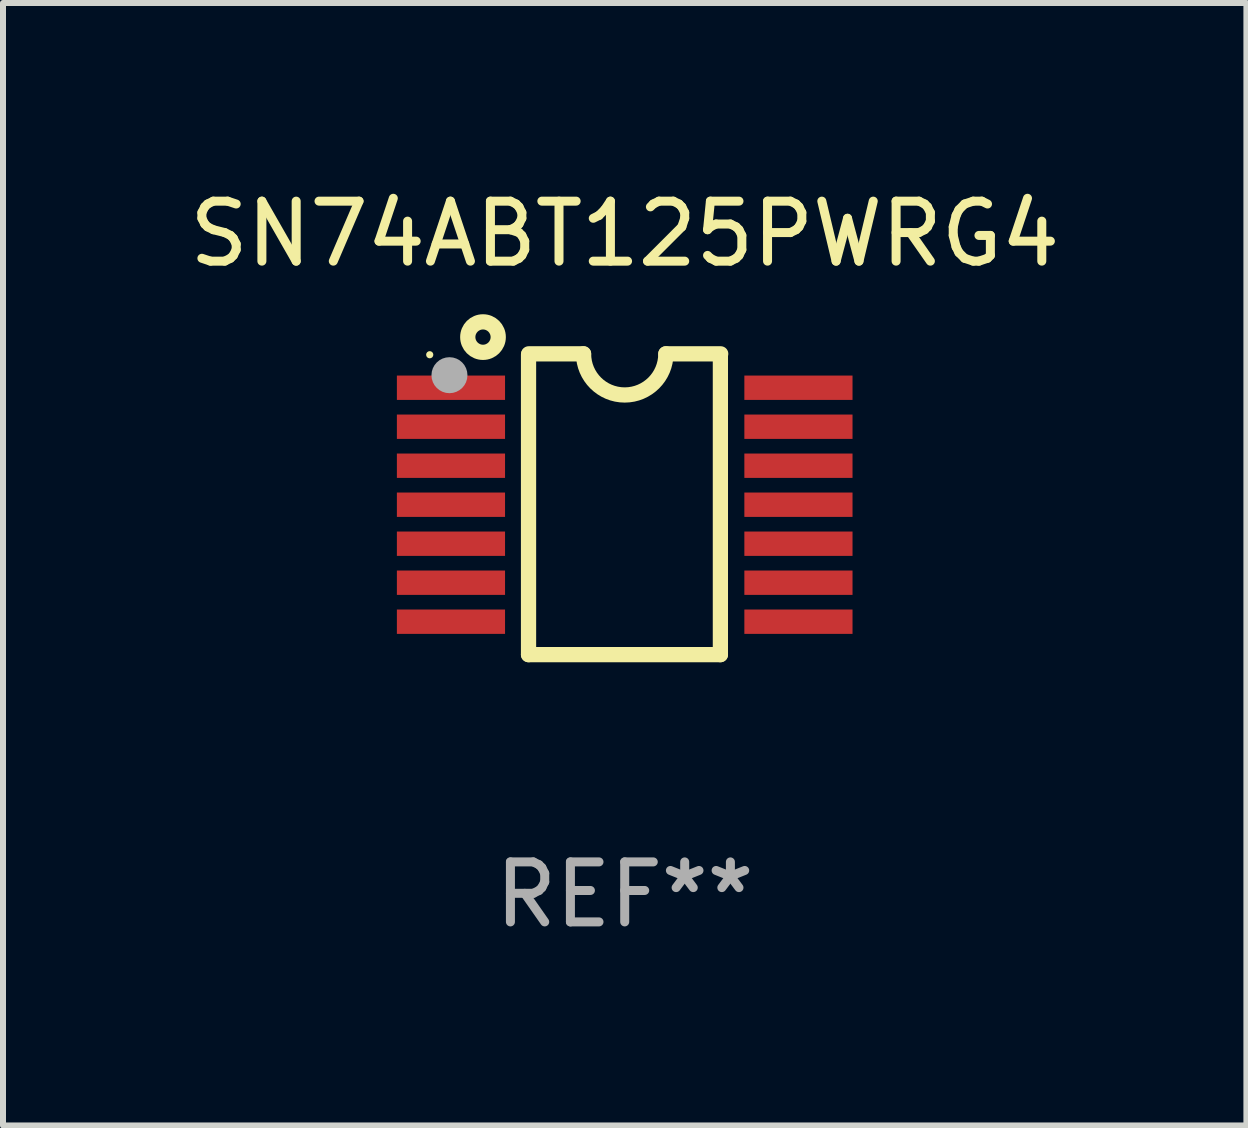
<source format=kicad_pcb>
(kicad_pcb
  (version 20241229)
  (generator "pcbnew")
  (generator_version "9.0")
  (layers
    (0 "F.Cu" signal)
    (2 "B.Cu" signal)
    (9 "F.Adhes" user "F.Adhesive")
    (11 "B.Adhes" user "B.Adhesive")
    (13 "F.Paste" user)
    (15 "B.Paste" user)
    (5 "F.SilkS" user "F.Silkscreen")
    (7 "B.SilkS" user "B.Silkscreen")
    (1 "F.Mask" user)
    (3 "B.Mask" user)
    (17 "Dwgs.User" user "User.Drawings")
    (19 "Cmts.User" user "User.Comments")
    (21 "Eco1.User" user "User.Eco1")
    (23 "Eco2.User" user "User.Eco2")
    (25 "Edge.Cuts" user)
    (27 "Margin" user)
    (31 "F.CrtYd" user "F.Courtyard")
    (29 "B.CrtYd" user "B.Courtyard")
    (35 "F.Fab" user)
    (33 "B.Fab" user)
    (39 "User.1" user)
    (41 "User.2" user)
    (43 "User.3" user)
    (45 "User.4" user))
  (footprint "SN74ABT125PWRG4"
    (layer "F.Cu")
    (at 7.363 5.355)
    (property "Reference" "SN74ABT125PWRG4" (at 0 -4.507 0) (layer "F.SilkS") (effects (font (size 1 1) (thickness 0.15))))
    (attr through_hole)
    (fp_line (start -1.603 2.507) (end -1.603 -2.494) (stroke (width 0.254) (type solid)) (layer "F.SilkS"))
    (fp_line (start -1.603 2.507) (end 1.595 2.507) (stroke (width 0.254) (type solid)) (layer "F.SilkS"))
    (fp_line (start -1.6 -2.507) (end -0.686 -2.507) (stroke (width 0.254) (type solid)) (layer "F.SilkS"))
    (fp_line (start 0.686 -2.507) (end 1.6 -2.507) (stroke (width 0.254) (type solid)) (layer "F.SilkS"))
    (fp_line (start 1.595 2.507) (end 1.595 -2.494) (stroke (width 0.254) (type solid)) (layer "F.SilkS"))
    (fp_arc (start 0.685852 -2.506998) (mid 0.000051 -1.821197) (end -0.68575 -2.506998) (stroke (width 0.254001) (type solid)) (layer "F.SilkS"))
    (fp_circle (center -3.25 -2.492) (end -3.22 -2.492) (stroke (width 0.06) (type solid)) (fill no) (layer "F.SilkS"))
    (fp_circle (center -2.362 -2.786) (end -2.108 -2.786) (stroke (width 0.254) (type solid)) (fill no) (layer "F.SilkS"))
    (fp_circle (center -2.921 -2.151) (end -2.771 -2.151) (stroke (width 0.3) (type solid)) (fill no) (layer "F.Fab"))
    (fp_text user "REF**" (at 0 6.507 0) (layer "F.Fab") (effects (font (size 1 1) (thickness 0.15))))
    (pad "1" smd rect (at -2.896 -1.942) (size 1.803 0.406) (layers "F.Cu" "F.Mask" "F.Paste"))
    (pad "2" smd rect (at -2.896 -1.292) (size 1.803 0.406) (layers "F.Cu" "F.Mask" "F.Paste"))
    (pad "3" smd rect (at -2.896 -0.642) (size 1.803 0.406) (layers "F.Cu" "F.Mask" "F.Paste"))
    (pad "4" smd rect (at -2.896 0.008) (size 1.803 0.406) (layers "F.Cu" "F.Mask" "F.Paste"))
    (pad "5" smd rect (at -2.896 0.658) (size 1.803 0.406) (layers "F.Cu" "F.Mask" "F.Paste"))
    (pad "6" smd rect (at -2.896 1.308) (size 1.803 0.406) (layers "F.Cu" "F.Mask" "F.Paste"))
    (pad "7" smd rect (at -2.896 1.958) (size 1.803 0.406) (layers "F.Cu" "F.Mask" "F.Paste"))
    (pad "8" smd rect (at 2.896 1.958) (size 1.803 0.406) (layers "F.Cu" "F.Mask" "F.Paste"))
    (pad "9" smd rect (at 2.896 1.308) (size 1.803 0.406) (layers "F.Cu" "F.Mask" "F.Paste"))
    (pad "10" smd rect (at 2.896 0.658) (size 1.803 0.406) (layers "F.Cu" "F.Mask" "F.Paste"))
    (pad "11" smd rect (at 2.896 0.008) (size 1.803 0.406) (layers "F.Cu" "F.Mask" "F.Paste"))
    (pad "12" smd rect (at 2.896 -0.642) (size 1.803 0.406) (layers "F.Cu" "F.Mask" "F.Paste"))
    (pad "13" smd rect (at 2.896 -1.292) (size 1.803 0.406) (layers "F.Cu" "F.Mask" "F.Paste"))
    (pad "14" smd rect (at 2.896 -1.942) (size 1.803 0.406) (layers "F.Cu" "F.Mask" "F.Paste")))
  (gr_rect
    (start -3 -3)
    (end 17.726 15.71)
    (stroke (width 0.1) (type default))
    (fill no)
    (layer "Edge.Cuts")))
</source>
